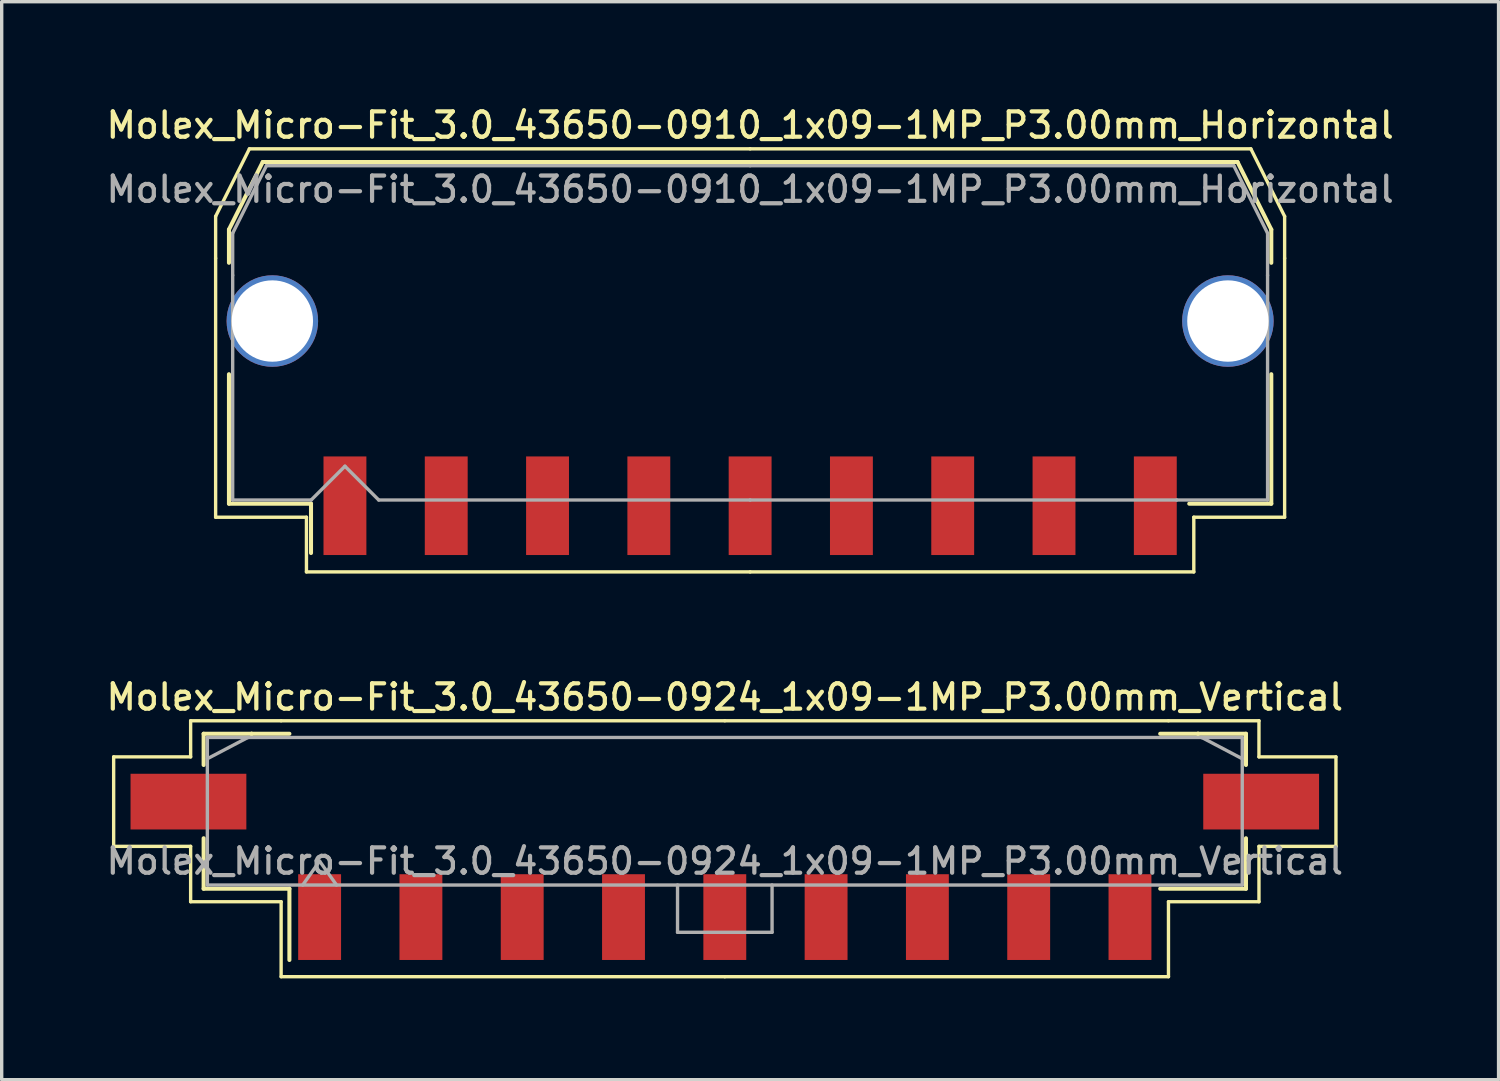
<source format=kicad_pcb>
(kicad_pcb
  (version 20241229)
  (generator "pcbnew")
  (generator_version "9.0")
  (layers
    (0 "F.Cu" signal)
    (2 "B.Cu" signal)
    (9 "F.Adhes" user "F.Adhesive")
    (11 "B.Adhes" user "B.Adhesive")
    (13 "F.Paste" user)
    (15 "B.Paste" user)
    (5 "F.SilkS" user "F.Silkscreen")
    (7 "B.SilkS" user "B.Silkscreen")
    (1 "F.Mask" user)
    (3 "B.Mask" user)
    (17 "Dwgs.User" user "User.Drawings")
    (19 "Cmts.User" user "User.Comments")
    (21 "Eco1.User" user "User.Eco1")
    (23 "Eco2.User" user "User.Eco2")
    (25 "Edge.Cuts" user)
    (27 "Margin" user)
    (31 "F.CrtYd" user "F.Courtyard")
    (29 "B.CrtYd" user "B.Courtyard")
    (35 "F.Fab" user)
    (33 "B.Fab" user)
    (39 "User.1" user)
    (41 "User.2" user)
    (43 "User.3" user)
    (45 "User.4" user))
  (footprint "Molex_Micro-Fit_3.0_43650-0910_1x09-1MP_P3.00mm_Horizontal"
    (layer "F.Cu")
    (at 19.166 6.808)
    (property "Reference" "Molex_Micro-Fit_3.0_43650-0910_1x09-1MP_P3.00mm_Horizontal" (at 0 -6.15 0) (layer "F.SilkS") (effects (font (size 0.75 0.75) (thickness 0.125))))
    (attr smd)
    (fp_line (start -15.83 -3.45) (end -15.83 -2.21) (stroke (width 0.1) (type solid)) (layer "F.SilkS"))
    (fp_line (start -15.83 -2.21) (end -15.83 5.46) (stroke (width 0.1) (type solid)) (layer "F.SilkS"))
    (fp_line (start -15.83 5.46) (end -13.14 5.46) (stroke (width 0.1) (type solid)) (layer "F.SilkS"))
    (fp_line (start -15.435 -3.06) (end -15.435 -2.075) (stroke (width 0.12) (type solid)) (layer "F.SilkS"))
    (fp_line (start -15.435 1.225) (end -15.435 5.06) (stroke (width 0.12) (type solid)) (layer "F.SilkS"))
    (fp_line (start -15.435 5.06) (end -13.005 5.06) (stroke (width 0.12) (type solid)) (layer "F.SilkS"))
    (fp_line (start -14.83 -5.45) (end -15.83 -3.45) (stroke (width 0.1) (type solid)) (layer "F.SilkS"))
    (fp_line (start -14.435 -5.06) (end -15.435 -3.06) (stroke (width 0.12) (type solid)) (layer "F.SilkS"))
    (fp_line (start -13.14 5.46) (end -13.14 7.08) (stroke (width 0.1) (type solid)) (layer "F.SilkS"))
    (fp_line (start -13.14 7.08) (end 0 7.08) (stroke (width 0.1) (type solid)) (layer "F.SilkS"))
    (fp_line (start -13.005 5.06) (end -13.005 6.52) (stroke (width 0.12) (type solid)) (layer "F.SilkS"))
    (fp_line (start 0 -5.45) (end -14.83 -5.45) (stroke (width 0.1) (type solid)) (layer "F.SilkS"))
    (fp_line (start 0 -5.45) (end 14.83 -5.45) (stroke (width 0.1) (type solid)) (layer "F.SilkS"))
    (fp_line (start 0 -5.06) (end -14.435 -5.06) (stroke (width 0.12) (type solid)) (layer "F.SilkS"))
    (fp_line (start 0 -5.06) (end 14.435 -5.06) (stroke (width 0.12) (type solid)) (layer "F.SilkS"))
    (fp_line (start 13.14 5.46) (end 13.14 7.08) (stroke (width 0.1) (type solid)) (layer "F.SilkS"))
    (fp_line (start 13.14 7.08) (end 0 7.08) (stroke (width 0.1) (type solid)) (layer "F.SilkS"))
    (fp_line (start 14.435 -5.06) (end 15.435 -3.06) (stroke (width 0.12) (type solid)) (layer "F.SilkS"))
    (fp_line (start 14.83 -5.45) (end 15.83 -3.45) (stroke (width 0.1) (type solid)) (layer "F.SilkS"))
    (fp_line (start 15.435 -3.06) (end 15.435 -2.075) (stroke (width 0.12) (type solid)) (layer "F.SilkS"))
    (fp_line (start 15.435 1.225) (end 15.435 5.06) (stroke (width 0.12) (type solid)) (layer "F.SilkS"))
    (fp_line (start 15.435 5.06) (end 13.005 5.06) (stroke (width 0.12) (type solid)) (layer "F.SilkS"))
    (fp_line (start 15.83 -3.45) (end 15.83 -2.21) (stroke (width 0.1) (type solid)) (layer "F.SilkS"))
    (fp_line (start 15.83 -2.21) (end 15.83 5.46) (stroke (width 0.1) (type solid)) (layer "F.SilkS"))
    (fp_line (start 15.83 5.46) (end 13.14 5.46) (stroke (width 0.1) (type solid)) (layer "F.SilkS"))
    (fp_line (start -15.325 -2.95) (end -15.325 -1.705) (stroke (width 0.1) (type solid)) (layer "F.Fab"))
    (fp_line (start -15.325 -1.705) (end -15.325 4.95) (stroke (width 0.1) (type solid)) (layer "F.Fab"))
    (fp_line (start -15.325 4.95) (end -13 4.95) (stroke (width 0.1) (type solid)) (layer "F.Fab"))
    (fp_line (start -14.325 -4.95) (end -15.325 -2.95) (stroke (width 0.1) (type solid)) (layer "F.Fab"))
    (fp_line (start -13 4.95) (end -12 3.95) (stroke (width 0.1) (type solid)) (layer "F.Fab"))
    (fp_line (start -12 3.95) (end -11 4.95) (stroke (width 0.1) (type solid)) (layer "F.Fab"))
    (fp_line (start -11 4.95) (end 0 4.95) (stroke (width 0.1) (type solid)) (layer "F.Fab"))
    (fp_line (start 0 -4.95) (end -14.325 -4.95) (stroke (width 0.1) (type solid)) (layer "F.Fab"))
    (fp_line (start 0 -4.95) (end 14.325 -4.95) (stroke (width 0.1) (type solid)) (layer "F.Fab"))
    (fp_line (start 12.635 4.95) (end 0 4.95) (stroke (width 0.1) (type solid)) (layer "F.Fab"))
    (fp_line (start 14.325 -4.95) (end 15.325 -2.95) (stroke (width 0.1) (type solid)) (layer "F.Fab"))
    (fp_line (start 15.325 -2.95) (end 15.325 -1.705) (stroke (width 0.1) (type solid)) (layer "F.Fab"))
    (fp_line (start 15.325 -1.705) (end 15.325 4.95) (stroke (width 0.1) (type solid)) (layer "F.Fab"))
    (fp_line (start 15.325 4.95) (end 12.635 4.95) (stroke (width 0.1) (type solid)) (layer "F.Fab"))
    (fp_text user "${REFERENCE}" (at 0 -4.25 0) (layer "F.Fab") (effects (font (size 0.75 0.75) (thickness 0.125))))
    (pad "1" smd rect (at -12 5.12) (size 1.27 2.92) (layers "F.Cu" "F.Mask" "F.Paste"))
    (pad "2" smd rect (at -9 5.12) (size 1.27 2.92) (layers "F.Cu" "F.Mask" "F.Paste"))
    (pad "3" smd rect (at -6 5.12) (size 1.27 2.92) (layers "F.Cu" "F.Mask" "F.Paste"))
    (pad "4" smd rect (at -3 5.12) (size 1.27 2.92) (layers "F.Cu" "F.Mask" "F.Paste"))
    (pad "5" smd rect (at 0 5.12) (size 1.27 2.92) (layers "F.Cu" "F.Mask" "F.Paste"))
    (pad "6" smd rect (at 3 5.12) (size 1.27 2.92) (layers "F.Cu" "F.Mask" "F.Paste"))
    (pad "7" smd rect (at 6 5.12) (size 1.27 2.92) (layers "F.Cu" "F.Mask" "F.Paste"))
    (pad "8" smd rect (at 9 5.12) (size 1.27 2.92) (layers "F.Cu" "F.Mask" "F.Paste"))
    (pad "9" smd rect (at 12 5.12) (size 1.27 2.92) (layers "F.Cu" "F.Mask" "F.Paste"))
    (pad "MP" thru_hole circle (at -14.15 -0.35) (size 2.71 2.71) (drill 2.41) (property pad_prop_heatsink) (layers "*.Cu" "*.Mask"))
    (pad "MP" thru_hole circle (at 14.15 -0.35) (size 2.71 2.71) (drill 2.41) (property pad_prop_heatsink) (layers "*.Cu" "*.Mask")))
  (footprint "Molex_Micro-Fit_3.0_43650-0924_1x09-1MP_P3.00mm_Vertical"
    (layer "F.Cu")
    (at 18.416 20.976)
    (property "Reference" "Molex_Micro-Fit_3.0_43650-0924_1x09-1MP_P3.00mm_Vertical" (at 0 -3.38 0) (layer "F.SilkS") (effects (font (size 0.75 0.75) (thickness 0.125))))
    (attr smd)
    (fp_line (start -18.1 -1.61) (end -18.1 1.04) (stroke (width 0.1) (type solid)) (layer "F.SilkS"))
    (fp_line (start -18.1 1.04) (end -15.82 1.04) (stroke (width 0.1) (type solid)) (layer "F.SilkS"))
    (fp_line (start -15.82 -2.68) (end -15.82 -1.61) (stroke (width 0.1) (type solid)) (layer "F.SilkS"))
    (fp_line (start -15.82 -1.61) (end -18.1 -1.61) (stroke (width 0.1) (type solid)) (layer "F.SilkS"))
    (fp_line (start -15.82 1.04) (end -15.82 2.68) (stroke (width 0.1) (type solid)) (layer "F.SilkS"))
    (fp_line (start -15.82 2.68) (end -13.14 2.68) (stroke (width 0.1) (type solid)) (layer "F.SilkS"))
    (fp_line (start -15.435 -2.295) (end -14.015 -2.295) (stroke (width 0.12) (type solid)) (layer "F.SilkS"))
    (fp_line (start -15.435 -1.37) (end -15.435 -2.295) (stroke (width 0.12) (type solid)) (layer "F.SilkS"))
    (fp_line (start -15.435 0.8) (end -15.435 2.295) (stroke (width 0.12) (type solid)) (layer "F.SilkS"))
    (fp_line (start -15.435 2.295) (end -12.895 2.295) (stroke (width 0.12) (type solid)) (layer "F.SilkS"))
    (fp_line (start -14.015 -2.295) (end -14.015 -2.295) (stroke (width 0.12) (type solid)) (layer "F.SilkS"))
    (fp_line (start -14.015 -2.295) (end -12.895 -2.295) (stroke (width 0.12) (type solid)) (layer "F.SilkS"))
    (fp_line (start -13.14 -2.68) (end -15.82 -2.68) (stroke (width 0.1) (type solid)) (layer "F.SilkS"))
    (fp_line (start -13.14 2.68) (end -13.14 4.9) (stroke (width 0.1) (type solid)) (layer "F.SilkS"))
    (fp_line (start -13.14 4.9) (end 0 4.9) (stroke (width 0.1) (type solid)) (layer "F.SilkS"))
    (fp_line (start -12.895 2.295) (end -12.895 4.405) (stroke (width 0.12) (type solid)) (layer "F.SilkS"))
    (fp_line (start 0 -2.68) (end -13.14 -2.68) (stroke (width 0.1) (type solid)) (layer "F.SilkS"))
    (fp_line (start 0 -2.68) (end 13.14 -2.68) (stroke (width 0.1) (type solid)) (layer "F.SilkS"))
    (fp_line (start 13.14 -2.68) (end 15.82 -2.68) (stroke (width 0.1) (type solid)) (layer "F.SilkS"))
    (fp_line (start 13.14 2.68) (end 13.14 4.9) (stroke (width 0.1) (type solid)) (layer "F.SilkS"))
    (fp_line (start 13.14 4.9) (end 0 4.9) (stroke (width 0.1) (type solid)) (layer "F.SilkS"))
    (fp_line (start 14.015 -2.295) (end 12.895 -2.295) (stroke (width 0.12) (type solid)) (layer "F.SilkS"))
    (fp_line (start 14.015 -2.295) (end 14.015 -2.295) (stroke (width 0.12) (type solid)) (layer "F.SilkS"))
    (fp_line (start 15.435 -2.295) (end 14.015 -2.295) (stroke (width 0.12) (type solid)) (layer "F.SilkS"))
    (fp_line (start 15.435 -1.37) (end 15.435 -2.295) (stroke (width 0.12) (type solid)) (layer "F.SilkS"))
    (fp_line (start 15.435 0.8) (end 15.435 2.295) (stroke (width 0.12) (type solid)) (layer "F.SilkS"))
    (fp_line (start 15.435 2.295) (end 12.895 2.295) (stroke (width 0.12) (type solid)) (layer "F.SilkS"))
    (fp_line (start 15.82 -2.68) (end 15.82 -1.61) (stroke (width 0.1) (type solid)) (layer "F.SilkS"))
    (fp_line (start 15.82 -1.61) (end 18.1 -1.61) (stroke (width 0.1) (type solid)) (layer "F.SilkS"))
    (fp_line (start 15.82 1.04) (end 15.82 2.68) (stroke (width 0.1) (type solid)) (layer "F.SilkS"))
    (fp_line (start 15.82 2.68) (end 13.14 2.68) (stroke (width 0.1) (type solid)) (layer "F.SilkS"))
    (fp_line (start 18.1 -1.61) (end 18.1 1.04) (stroke (width 0.1) (type solid)) (layer "F.SilkS"))
    (fp_line (start 18.1 1.04) (end 15.82 1.04) (stroke (width 0.1) (type solid)) (layer "F.SilkS"))
    (fp_line (start -15.325 -2.185) (end -15.325 2.185) (stroke (width 0.1) (type solid)) (layer "F.Fab"))
    (fp_line (start -15.325 -1.555) (end -14.125 -2.185) (stroke (width 0.1) (type solid)) (layer "F.Fab"))
    (fp_line (start -15.325 2.185) (end 15.325 2.185) (stroke (width 0.1) (type solid)) (layer "F.Fab"))
    (fp_line (start -14.125 -2.185) (end -15.325 -2.185) (stroke (width 0.1) (type solid)) (layer "F.Fab"))
    (fp_line (start -14.125 -2.185) (end -14.125 -2.185) (stroke (width 0.1) (type solid)) (layer "F.Fab"))
    (fp_line (start -12.5 2.185) (end -12 1.478) (stroke (width 0.1) (type solid)) (layer "F.Fab"))
    (fp_line (start -12 1.478) (end -11.5 2.185) (stroke (width 0.1) (type solid)) (layer "F.Fab"))
    (fp_line (start -1.4 2.185) (end -1.4 3.585) (stroke (width 0.1) (type solid)) (layer "F.Fab"))
    (fp_line (start -1.4 3.585) (end 1.4 3.585) (stroke (width 0.1) (type solid)) (layer "F.Fab"))
    (fp_line (start 1.4 3.585) (end 1.4 2.185) (stroke (width 0.1) (type solid)) (layer "F.Fab"))
    (fp_line (start 14.125 -2.185) (end -14.125 -2.185) (stroke (width 0.1) (type solid)) (layer "F.Fab"))
    (fp_line (start 14.125 -2.185) (end 14.125 -2.185) (stroke (width 0.1) (type solid)) (layer "F.Fab"))
    (fp_line (start 15.325 -2.185) (end 14.125 -2.185) (stroke (width 0.1) (type solid)) (layer "F.Fab"))
    (fp_line (start 15.325 -1.555) (end 14.125 -2.185) (stroke (width 0.1) (type solid)) (layer "F.Fab"))
    (fp_line (start 15.325 2.185) (end 15.325 -2.185) (stroke (width 0.1) (type solid)) (layer "F.Fab"))
    (fp_text user "${REFERENCE}" (at 0 1.48 0) (layer "F.Fab") (effects (font (size 0.75 0.75) (thickness 0.125))))
    (pad "1" smd rect (at -12 3.135) (size 1.27 2.54) (layers "F.Cu" "F.Mask" "F.Paste"))
    (pad "2" smd rect (at -9 3.135) (size 1.27 2.54) (layers "F.Cu" "F.Mask" "F.Paste"))
    (pad "3" smd rect (at -6 3.135) (size 1.27 2.54) (layers "F.Cu" "F.Mask" "F.Paste"))
    (pad "4" smd rect (at -3 3.135) (size 1.27 2.54) (layers "F.Cu" "F.Mask" "F.Paste"))
    (pad "5" smd rect (at 0 3.135) (size 1.27 2.54) (layers "F.Cu" "F.Mask" "F.Paste"))
    (pad "6" smd rect (at 3 3.135) (size 1.27 2.54) (layers "F.Cu" "F.Mask" "F.Paste"))
    (pad "7" smd rect (at 6 3.135) (size 1.27 2.54) (layers "F.Cu" "F.Mask" "F.Paste"))
    (pad "8" smd rect (at 9 3.135) (size 1.27 2.54) (layers "F.Cu" "F.Mask" "F.Paste"))
    (pad "9" smd rect (at 12 3.135) (size 1.27 2.54) (layers "F.Cu" "F.Mask" "F.Paste"))
    (pad "MP" smd rect (at -15.885 -0.285) (size 3.43 1.65) (layers "F.Cu" "F.Mask" "F.Paste"))
    (pad "MP" smd rect (at 15.885 -0.285) (size 3.43 1.65) (layers "F.Cu" "F.Mask" "F.Paste")))
  (gr_rect
    (start -3 -3)
    (end 41.332 28.926)
    (stroke (width 0.1) (type default))
    (fill no)
    (layer "Edge.Cuts")))
</source>
